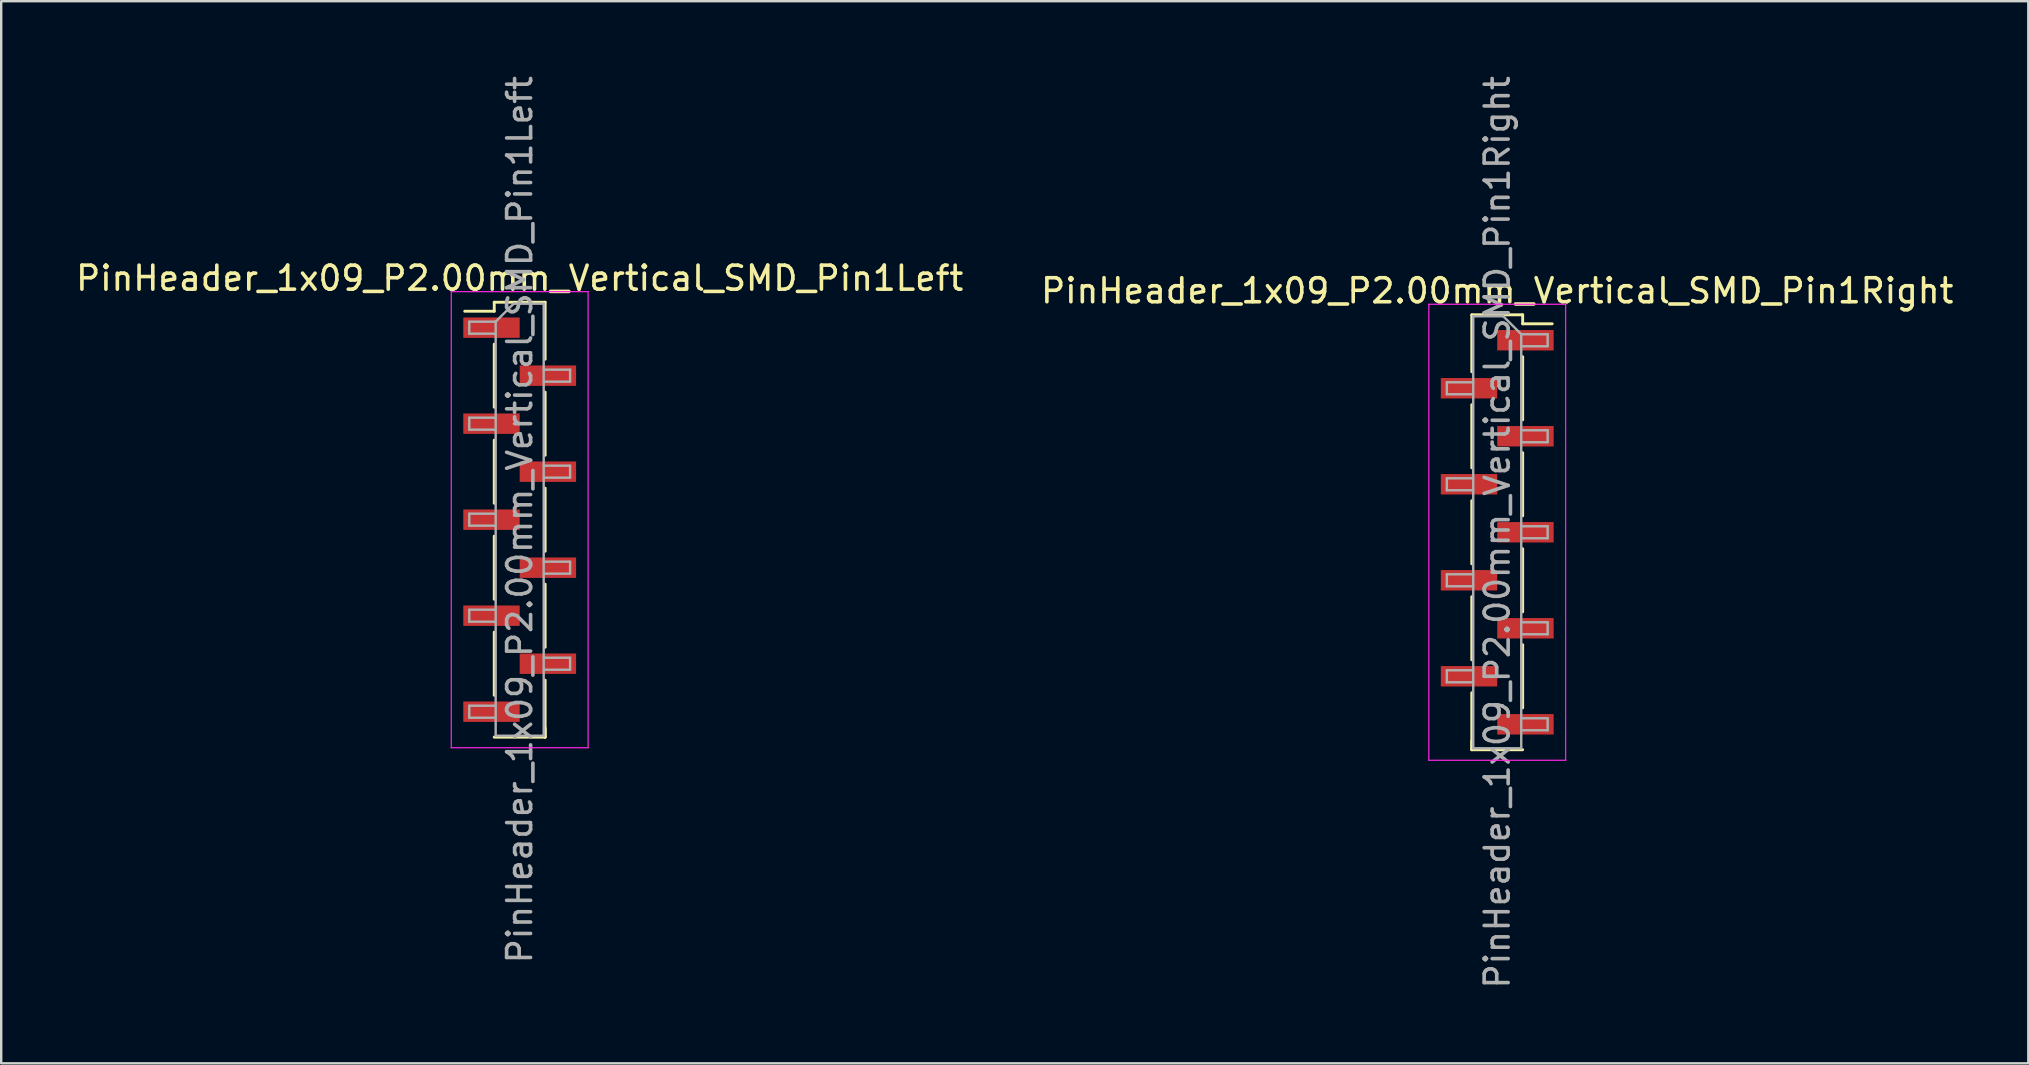
<source format=kicad_pcb>
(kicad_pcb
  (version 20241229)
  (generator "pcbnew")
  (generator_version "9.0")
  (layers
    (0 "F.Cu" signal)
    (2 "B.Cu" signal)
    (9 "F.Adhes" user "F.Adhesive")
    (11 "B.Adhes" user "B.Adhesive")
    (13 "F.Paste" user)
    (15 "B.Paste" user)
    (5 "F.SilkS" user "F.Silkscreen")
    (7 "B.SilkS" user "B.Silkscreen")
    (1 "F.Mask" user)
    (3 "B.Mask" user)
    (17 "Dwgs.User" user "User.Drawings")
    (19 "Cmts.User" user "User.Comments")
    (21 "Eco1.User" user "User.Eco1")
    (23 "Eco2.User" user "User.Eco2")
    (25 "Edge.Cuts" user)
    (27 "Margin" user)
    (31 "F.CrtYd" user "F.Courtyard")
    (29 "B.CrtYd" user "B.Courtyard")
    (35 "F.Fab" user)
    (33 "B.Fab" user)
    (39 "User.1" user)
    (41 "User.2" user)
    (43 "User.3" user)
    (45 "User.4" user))
  (footprint "PinHeader_1x09_P2.00mm_Vertical_SMD_Pin1Right"
    (layer "F.Cu")
    (at 59.327 19.125)
    (property "Reference" "PinHeader_1x09_P2.00mm_Vertical_SMD_Pin1Right" (at 0 -10.06 0) (layer "F.SilkS") (effects (font (size 1 1) (thickness 0.15))))
    (attr smd)
    (fp_line (start -1.06 -9.06) (end -1.06 -6.685) (stroke (width 0.12) (type solid)) (layer "F.SilkS"))
    (fp_line (start -1.06 -9.06) (end 1.06 -9.06) (stroke (width 0.12) (type solid)) (layer "F.SilkS"))
    (fp_line (start -1.06 -5.315) (end -1.06 -2.685) (stroke (width 0.12) (type solid)) (layer "F.SilkS"))
    (fp_line (start -1.06 -1.315) (end -1.06 1.315) (stroke (width 0.12) (type solid)) (layer "F.SilkS"))
    (fp_line (start -1.06 2.685) (end -1.06 5.315) (stroke (width 0.12) (type solid)) (layer "F.SilkS"))
    (fp_line (start -1.06 6.685) (end -1.06 9.06) (stroke (width 0.12) (type solid)) (layer "F.SilkS"))
    (fp_line (start -1.06 8.685) (end -1.06 9.06) (stroke (width 0.12) (type solid)) (layer "F.SilkS"))
    (fp_line (start -1.06 9.06) (end 1.06 9.06) (stroke (width 0.12) (type solid)) (layer "F.SilkS"))
    (fp_line (start 1.06 -9.06) (end 1.06 -8.685) (stroke (width 0.12) (type solid)) (layer "F.SilkS"))
    (fp_line (start 1.06 -8.685) (end 2.29 -8.685) (stroke (width 0.12) (type solid)) (layer "F.SilkS"))
    (fp_line (start 1.06 -7.315) (end 1.06 -4.685) (stroke (width 0.12) (type solid)) (layer "F.SilkS"))
    (fp_line (start 1.06 -3.315) (end 1.06 -0.685) (stroke (width 0.12) (type solid)) (layer "F.SilkS"))
    (fp_line (start 1.06 0.685) (end 1.06 3.315) (stroke (width 0.12) (type solid)) (layer "F.SilkS"))
    (fp_line (start 1.06 4.685) (end 1.06 7.315) (stroke (width 0.12) (type solid)) (layer "F.SilkS"))
    (fp_line (start -2.85 -9.5) (end -2.85 9.5) (stroke (width 0.05) (type solid)) (layer "F.CrtYd"))
    (fp_line (start -2.85 9.5) (end 2.85 9.5) (stroke (width 0.05) (type solid)) (layer "F.CrtYd"))
    (fp_line (start 2.85 -9.5) (end -2.85 -9.5) (stroke (width 0.05) (type solid)) (layer "F.CrtYd"))
    (fp_line (start 2.85 9.5) (end 2.85 -9.5) (stroke (width 0.05) (type solid)) (layer "F.CrtYd"))
    (fp_line (start -2.1 -6.25) (end -2.1 -5.75) (stroke (width 0.1) (type solid)) (layer "F.Fab"))
    (fp_line (start -2.1 -5.75) (end -1 -5.75) (stroke (width 0.1) (type solid)) (layer "F.Fab"))
    (fp_line (start -2.1 -2.25) (end -2.1 -1.75) (stroke (width 0.1) (type solid)) (layer "F.Fab"))
    (fp_line (start -2.1 -1.75) (end -1 -1.75) (stroke (width 0.1) (type solid)) (layer "F.Fab"))
    (fp_line (start -2.1 1.75) (end -2.1 2.25) (stroke (width 0.1) (type solid)) (layer "F.Fab"))
    (fp_line (start -2.1 2.25) (end -1 2.25) (stroke (width 0.1) (type solid)) (layer "F.Fab"))
    (fp_line (start -2.1 5.75) (end -2.1 6.25) (stroke (width 0.1) (type solid)) (layer "F.Fab"))
    (fp_line (start -2.1 6.25) (end -1 6.25) (stroke (width 0.1) (type solid)) (layer "F.Fab"))
    (fp_line (start -1 -9) (end -1 9) (stroke (width 0.1) (type solid)) (layer "F.Fab"))
    (fp_line (start -1 -9) (end 0.25 -9) (stroke (width 0.1) (type solid)) (layer "F.Fab"))
    (fp_line (start -1 -6.25) (end -2.1 -6.25) (stroke (width 0.1) (type solid)) (layer "F.Fab"))
    (fp_line (start -1 -2.25) (end -2.1 -2.25) (stroke (width 0.1) (type solid)) (layer "F.Fab"))
    (fp_line (start -1 1.75) (end -2.1 1.75) (stroke (width 0.1) (type solid)) (layer "F.Fab"))
    (fp_line (start -1 5.75) (end -2.1 5.75) (stroke (width 0.1) (type solid)) (layer "F.Fab"))
    (fp_line (start 1 -8.25) (end 0.25 -9) (stroke (width 0.1) (type solid)) (layer "F.Fab"))
    (fp_line (start 1 -8.25) (end 2.1 -8.25) (stroke (width 0.1) (type solid)) (layer "F.Fab"))
    (fp_line (start 1 -4.25) (end 2.1 -4.25) (stroke (width 0.1) (type solid)) (layer "F.Fab"))
    (fp_line (start 1 -0.25) (end 2.1 -0.25) (stroke (width 0.1) (type solid)) (layer "F.Fab"))
    (fp_line (start 1 3.75) (end 2.1 3.75) (stroke (width 0.1) (type solid)) (layer "F.Fab"))
    (fp_line (start 1 7.75) (end 2.1 7.75) (stroke (width 0.1) (type solid)) (layer "F.Fab"))
    (fp_line (start 1 9) (end -1 9) (stroke (width 0.1) (type solid)) (layer "F.Fab"))
    (fp_line (start 1 9) (end 1 -8.25) (stroke (width 0.1) (type solid)) (layer "F.Fab"))
    (fp_line (start 2.1 -8.25) (end 2.1 -7.75) (stroke (width 0.1) (type solid)) (layer "F.Fab"))
    (fp_line (start 2.1 -7.75) (end 1 -7.75) (stroke (width 0.1) (type solid)) (layer "F.Fab"))
    (fp_line (start 2.1 -4.25) (end 2.1 -3.75) (stroke (width 0.1) (type solid)) (layer "F.Fab"))
    (fp_line (start 2.1 -3.75) (end 1 -3.75) (stroke (width 0.1) (type solid)) (layer "F.Fab"))
    (fp_line (start 2.1 -0.25) (end 2.1 0.25) (stroke (width 0.1) (type solid)) (layer "F.Fab"))
    (fp_line (start 2.1 0.25) (end 1 0.25) (stroke (width 0.1) (type solid)) (layer "F.Fab"))
    (fp_line (start 2.1 3.75) (end 2.1 4.25) (stroke (width 0.1) (type solid)) (layer "F.Fab"))
    (fp_line (start 2.1 4.25) (end 1 4.25) (stroke (width 0.1) (type solid)) (layer "F.Fab"))
    (fp_line (start 2.1 7.75) (end 2.1 8.25) (stroke (width 0.1) (type solid)) (layer "F.Fab"))
    (fp_line (start 2.1 8.25) (end 1 8.25) (stroke (width 0.1) (type solid)) (layer "F.Fab"))
    (fp_text user "${REFERENCE}" (at 0 0 90) (layer "F.Fab") (effects (font (size 1 1) (thickness 0.15))))
    (pad "1" smd rect (at 1.175 -8) (size 2.35 0.85) (layers "F.Cu" "F.Mask" "F.Paste"))
    (pad "2" smd rect (at -1.175 -6) (size 2.35 0.85) (layers "F.Cu" "F.Mask" "F.Paste"))
    (pad "3" smd rect (at 1.175 -4) (size 2.35 0.85) (layers "F.Cu" "F.Mask" "F.Paste"))
    (pad "4" smd rect (at -1.175 -2) (size 2.35 0.85) (layers "F.Cu" "F.Mask" "F.Paste"))
    (pad "5" smd rect (at 1.175 0) (size 2.35 0.85) (layers "F.Cu" "F.Mask" "F.Paste"))
    (pad "6" smd rect (at -1.175 2) (size 2.35 0.85) (layers "F.Cu" "F.Mask" "F.Paste"))
    (pad "7" smd rect (at 1.175 4) (size 2.35 0.85) (layers "F.Cu" "F.Mask" "F.Paste"))
    (pad "8" smd rect (at -1.175 6) (size 2.35 0.85) (layers "F.Cu" "F.Mask" "F.Paste"))
    (pad "9" smd rect (at 1.175 8) (size 2.35 0.85) (layers "F.Cu" "F.Mask" "F.Paste")))
  (footprint "PinHeader_1x09_P2.00mm_Vertical_SMD_Pin1Left"
    (layer "F.Cu")
    (at 18.601 18.601)
    (property "Reference" "PinHeader_1x09_P2.00mm_Vertical_SMD_Pin1Left" (at 0 -10.06 0) (layer "F.SilkS") (effects (font (size 1 1) (thickness 0.15))))
    (attr smd)
    (fp_line (start -1.06 -9.06) (end -1.06 -8.685) (stroke (width 0.12) (type solid)) (layer "F.SilkS"))
    (fp_line (start -1.06 -9.06) (end 1.06 -9.06) (stroke (width 0.12) (type solid)) (layer "F.SilkS"))
    (fp_line (start -1.06 -8.685) (end -2.29 -8.685) (stroke (width 0.12) (type solid)) (layer "F.SilkS"))
    (fp_line (start -1.06 -7.315) (end -1.06 -4.685) (stroke (width 0.12) (type solid)) (layer "F.SilkS"))
    (fp_line (start -1.06 -3.315) (end -1.06 -0.685) (stroke (width 0.12) (type solid)) (layer "F.SilkS"))
    (fp_line (start -1.06 0.685) (end -1.06 3.315) (stroke (width 0.12) (type solid)) (layer "F.SilkS"))
    (fp_line (start -1.06 4.685) (end -1.06 7.315) (stroke (width 0.12) (type solid)) (layer "F.SilkS"))
    (fp_line (start -1.06 9.06) (end 1.06 9.06) (stroke (width 0.12) (type solid)) (layer "F.SilkS"))
    (fp_line (start 1.06 -9.06) (end 1.06 -6.685) (stroke (width 0.12) (type solid)) (layer "F.SilkS"))
    (fp_line (start 1.06 -5.315) (end 1.06 -2.685) (stroke (width 0.12) (type solid)) (layer "F.SilkS"))
    (fp_line (start 1.06 -1.315) (end 1.06 1.315) (stroke (width 0.12) (type solid)) (layer "F.SilkS"))
    (fp_line (start 1.06 2.685) (end 1.06 5.315) (stroke (width 0.12) (type solid)) (layer "F.SilkS"))
    (fp_line (start 1.06 6.685) (end 1.06 9.06) (stroke (width 0.12) (type solid)) (layer "F.SilkS"))
    (fp_line (start 1.06 8.685) (end 1.06 9.06) (stroke (width 0.12) (type solid)) (layer "F.SilkS"))
    (fp_line (start -2.85 -9.5) (end -2.85 9.5) (stroke (width 0.05) (type solid)) (layer "F.CrtYd"))
    (fp_line (start -2.85 9.5) (end 2.85 9.5) (stroke (width 0.05) (type solid)) (layer "F.CrtYd"))
    (fp_line (start 2.85 -9.5) (end -2.85 -9.5) (stroke (width 0.05) (type solid)) (layer "F.CrtYd"))
    (fp_line (start 2.85 9.5) (end 2.85 -9.5) (stroke (width 0.05) (type solid)) (layer "F.CrtYd"))
    (fp_line (start -2.1 -8.25) (end -2.1 -7.75) (stroke (width 0.1) (type solid)) (layer "F.Fab"))
    (fp_line (start -2.1 -7.75) (end -1 -7.75) (stroke (width 0.1) (type solid)) (layer "F.Fab"))
    (fp_line (start -2.1 -4.25) (end -2.1 -3.75) (stroke (width 0.1) (type solid)) (layer "F.Fab"))
    (fp_line (start -2.1 -3.75) (end -1 -3.75) (stroke (width 0.1) (type solid)) (layer "F.Fab"))
    (fp_line (start -2.1 -0.25) (end -2.1 0.25) (stroke (width 0.1) (type solid)) (layer "F.Fab"))
    (fp_line (start -2.1 0.25) (end -1 0.25) (stroke (width 0.1) (type solid)) (layer "F.Fab"))
    (fp_line (start -2.1 3.75) (end -2.1 4.25) (stroke (width 0.1) (type solid)) (layer "F.Fab"))
    (fp_line (start -2.1 4.25) (end -1 4.25) (stroke (width 0.1) (type solid)) (layer "F.Fab"))
    (fp_line (start -2.1 7.75) (end -2.1 8.25) (stroke (width 0.1) (type solid)) (layer "F.Fab"))
    (fp_line (start -2.1 8.25) (end -1 8.25) (stroke (width 0.1) (type solid)) (layer "F.Fab"))
    (fp_line (start -1 -8.25) (end -2.1 -8.25) (stroke (width 0.1) (type solid)) (layer "F.Fab"))
    (fp_line (start -1 -8.25) (end -0.25 -9) (stroke (width 0.1) (type solid)) (layer "F.Fab"))
    (fp_line (start -1 -4.25) (end -2.1 -4.25) (stroke (width 0.1) (type solid)) (layer "F.Fab"))
    (fp_line (start -1 -0.25) (end -2.1 -0.25) (stroke (width 0.1) (type solid)) (layer "F.Fab"))
    (fp_line (start -1 3.75) (end -2.1 3.75) (stroke (width 0.1) (type solid)) (layer "F.Fab"))
    (fp_line (start -1 7.75) (end -2.1 7.75) (stroke (width 0.1) (type solid)) (layer "F.Fab"))
    (fp_line (start -1 9) (end -1 -8.25) (stroke (width 0.1) (type solid)) (layer "F.Fab"))
    (fp_line (start -0.25 -9) (end 1 -9) (stroke (width 0.1) (type solid)) (layer "F.Fab"))
    (fp_line (start 1 -9) (end 1 9) (stroke (width 0.1) (type solid)) (layer "F.Fab"))
    (fp_line (start 1 -6.25) (end 2.1 -6.25) (stroke (width 0.1) (type solid)) (layer "F.Fab"))
    (fp_line (start 1 -2.25) (end 2.1 -2.25) (stroke (width 0.1) (type solid)) (layer "F.Fab"))
    (fp_line (start 1 1.75) (end 2.1 1.75) (stroke (width 0.1) (type solid)) (layer "F.Fab"))
    (fp_line (start 1 5.75) (end 2.1 5.75) (stroke (width 0.1) (type solid)) (layer "F.Fab"))
    (fp_line (start 1 9) (end -1 9) (stroke (width 0.1) (type solid)) (layer "F.Fab"))
    (fp_line (start 2.1 -6.25) (end 2.1 -5.75) (stroke (width 0.1) (type solid)) (layer "F.Fab"))
    (fp_line (start 2.1 -5.75) (end 1 -5.75) (stroke (width 0.1) (type solid)) (layer "F.Fab"))
    (fp_line (start 2.1 -2.25) (end 2.1 -1.75) (stroke (width 0.1) (type solid)) (layer "F.Fab"))
    (fp_line (start 2.1 -1.75) (end 1 -1.75) (stroke (width 0.1) (type solid)) (layer "F.Fab"))
    (fp_line (start 2.1 1.75) (end 2.1 2.25) (stroke (width 0.1) (type solid)) (layer "F.Fab"))
    (fp_line (start 2.1 2.25) (end 1 2.25) (stroke (width 0.1) (type solid)) (layer "F.Fab"))
    (fp_line (start 2.1 5.75) (end 2.1 6.25) (stroke (width 0.1) (type solid)) (layer "F.Fab"))
    (fp_line (start 2.1 6.25) (end 1 6.25) (stroke (width 0.1) (type solid)) (layer "F.Fab"))
    (fp_text user "${REFERENCE}" (at 0 0 90) (layer "F.Fab") (effects (font (size 1 1) (thickness 0.15))))
    (pad "1" smd rect (at -1.175 -8) (size 2.35 0.85) (layers "F.Cu" "F.Mask" "F.Paste"))
    (pad "2" smd rect (at 1.175 -6) (size 2.35 0.85) (layers "F.Cu" "F.Mask" "F.Paste"))
    (pad "3" smd rect (at -1.175 -4) (size 2.35 0.85) (layers "F.Cu" "F.Mask" "F.Paste"))
    (pad "4" smd rect (at 1.175 -2) (size 2.35 0.85) (layers "F.Cu" "F.Mask" "F.Paste"))
    (pad "5" smd rect (at -1.175 0) (size 2.35 0.85) (layers "F.Cu" "F.Mask" "F.Paste"))
    (pad "6" smd rect (at 1.175 2) (size 2.35 0.85) (layers "F.Cu" "F.Mask" "F.Paste"))
    (pad "7" smd rect (at -1.175 4) (size 2.35 0.85) (layers "F.Cu" "F.Mask" "F.Paste"))
    (pad "8" smd rect (at 1.175 6) (size 2.35 0.85) (layers "F.Cu" "F.Mask" "F.Paste"))
    (pad "9" smd rect (at -1.175 8) (size 2.35 0.85) (layers "F.Cu" "F.Mask" "F.Paste")))
  (gr_rect
    (start -3 -3)
    (end 81.452 41.25)
    (stroke (width 0.1) (type default))
    (fill no)
    (layer "Edge.Cuts")))
</source>
